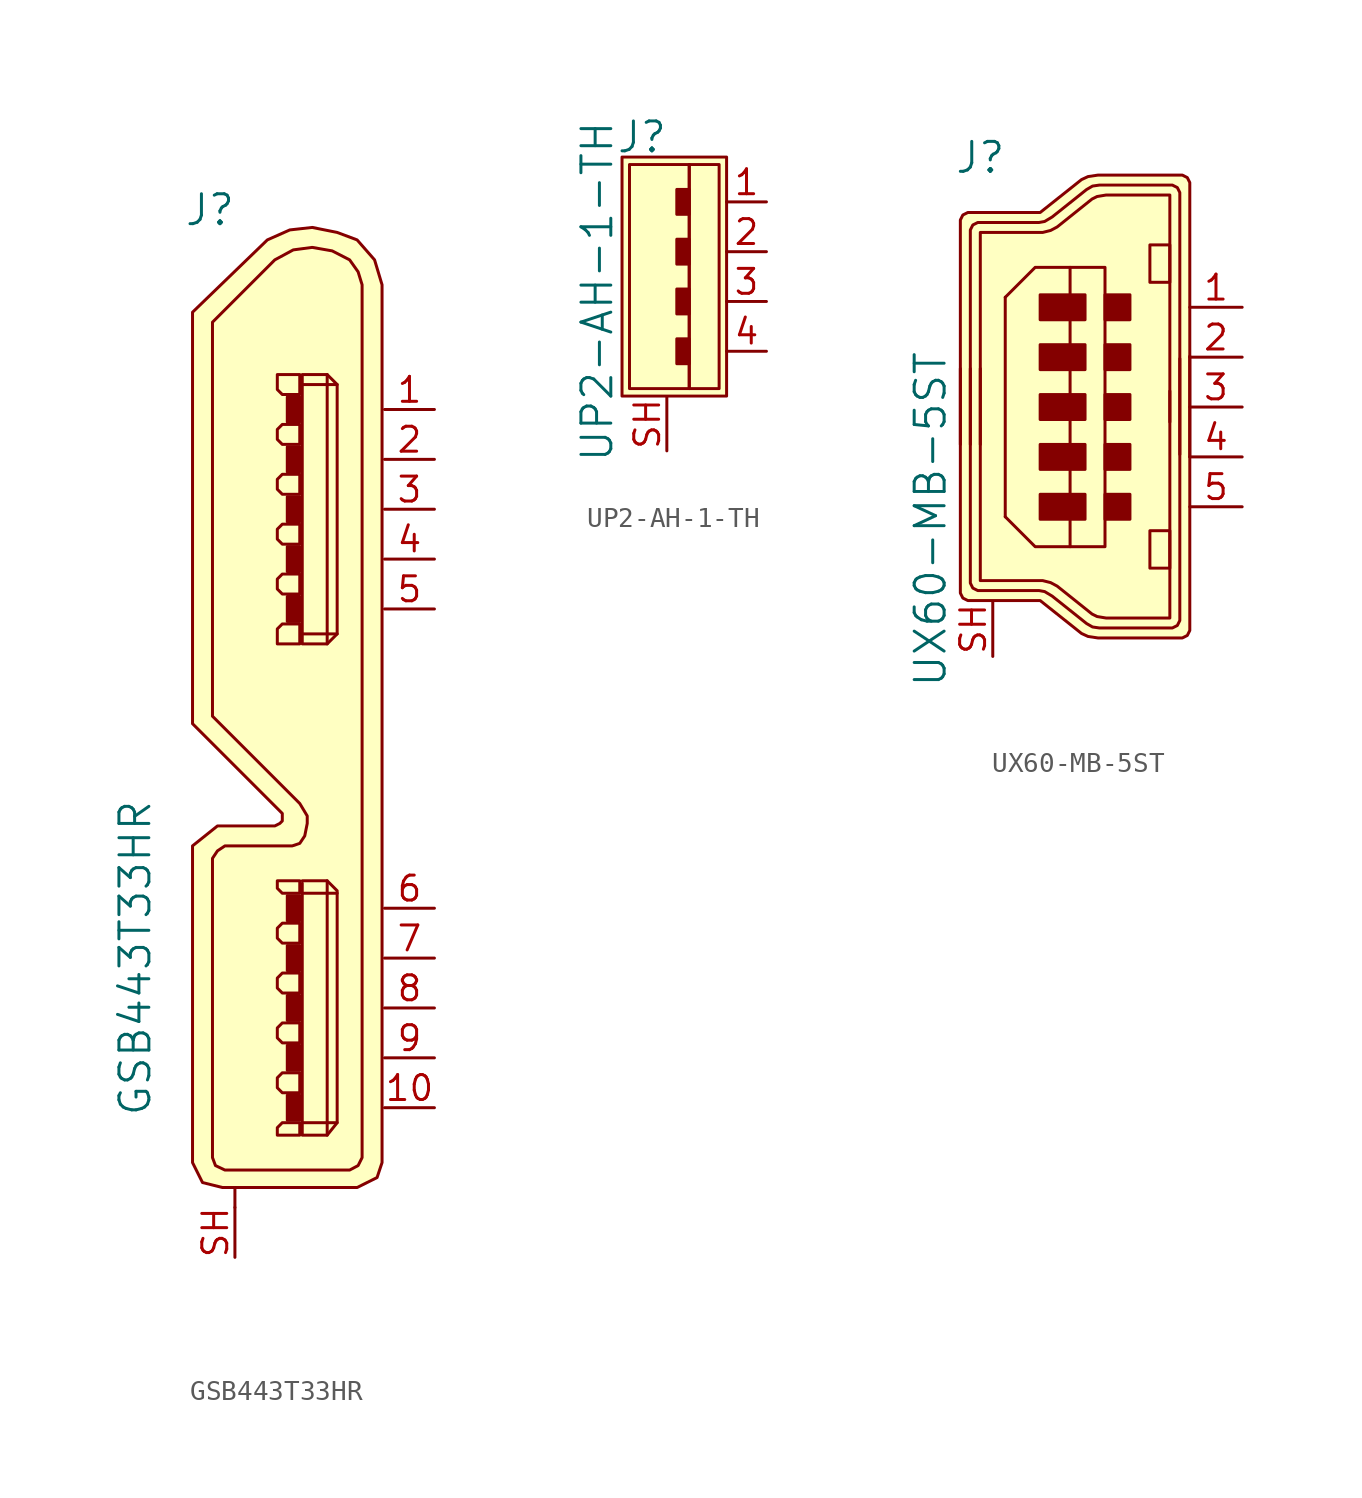
<source format=kicad_sym>
(kicad_symbol_lib
  (version 20201005)
  (generator kicad_symbol_editor)
  (symbol "GSB443T33HR"
    (pin_names
      (offset 1.016))
    (property "Reference" "J"
      (at -6.35 25.4 0)
      (effects (font (size 1.524 1.524))))
    (property "Value" "GSB443T33HR"
      (at -10.16 -12.7 90)
      (effects (font (size 1.524 1.524))))
    (symbol "GSB443T33HR_0_1"
      (rectangle (start -2.413 -20.955) (end -1.778 -19.685) (stroke (width 0)) (fill (type outline)))
      (rectangle (start -2.413 -18.415) (end -1.778 -17.145) (stroke (width 0)) (fill (type outline)))
      (rectangle (start -2.413 -15.875) (end -1.778 -14.605) (stroke (width 0)) (fill (type outline)))
      (rectangle (start -2.413 4.445) (end -1.778 5.715) (stroke (width 0)) (fill (type outline)))
      (rectangle (start -2.413 6.985) (end -1.778 8.255) (stroke (width 0)) (fill (type outline)))
      (rectangle (start -2.413 9.525) (end -1.778 10.795) (stroke (width 0)) (fill (type outline)))
      (rectangle (start -1.778 -13.335) (end -2.413 -12.065) (stroke (width 0)) (fill (type outline)))
      (rectangle (start -1.778 -10.795) (end -2.413 -9.525) (stroke (width 0)) (fill (type outline)))
      (rectangle (start -1.778 12.065) (end -2.413 13.335) (stroke (width 0)) (fill (type outline)))
      (rectangle (start -1.778 14.605) (end -2.413 15.875) (stroke (width 0)) (fill (type outline)))
      (polyline (pts (xy -5.08 -25.4) (xy -5.08 -24.384)) (stroke (width 0)) (fill (type none)))
      (polyline (pts (xy -1.651 -21.082) (xy 0.127 -21.082)) (stroke (width 0)) (fill (type none)))
      (polyline (pts (xy -1.651 3.81) (xy 0.127 3.81)) (stroke (width 0)) (fill (type none)))
      (polyline (pts (xy -0.381 -8.763) (xy -0.381 -21.717)) (stroke (width 0)) (fill (type none)))
      (polyline (pts (xy -0.381 17.018) (xy -0.381 3.302)) (stroke (width 0)) (fill (type none)))
      (polyline (pts (xy 0.127 16.51) (xy -1.651 16.51)) (stroke (width 0)) (fill (type none)))
      (polyline (pts (xy 0.127 -9.398) (xy -0.381 -9.398) (xy -1.651 -9.398)) (stroke (width 0)) (fill (type none)))
      (polyline (pts (xy -1.778 -21.717) (xy -2.667 -21.717) (xy -2.921 -21.717) (xy -2.921 -21.336) (xy -2.667 -21.082) (xy -1.778 -21.082) (xy -1.778 -21.717)) (stroke (width 0)) (fill (type none)))
      (polyline (pts (xy -1.778 -19.558) (xy -2.667 -19.558) (xy -2.921 -19.304) (xy -2.921 -18.796) (xy -2.667 -18.542) (xy -1.778 -18.542) (xy -1.778 -19.558)) (stroke (width 0)) (fill (type none)))
      (polyline (pts (xy -1.778 -17.018) (xy -2.667 -17.018) (xy -2.921 -16.764) (xy -2.921 -16.256) (xy -2.667 -16.002) (xy -1.778 -16.002) (xy -1.778 -17.018)) (stroke (width 0)) (fill (type none)))
      (polyline (pts (xy -1.778 -14.478) (xy -2.667 -14.478) (xy -2.921 -14.224) (xy -2.921 -13.716) (xy -2.667 -13.462) (xy -1.778 -13.462) (xy -1.778 -14.478)) (stroke (width 0)) (fill (type none)))
      (polyline (pts (xy -1.778 -11.938) (xy -2.667 -11.938) (xy -2.921 -11.684) (xy -2.921 -11.176) (xy -2.667 -10.922) (xy -1.778 -10.922) (xy -1.778 -11.938)) (stroke (width 0)) (fill (type none)))
      (polyline (pts (xy -1.778 -9.398) (xy -2.667 -9.398) (xy -2.921 -9.144) (xy -2.921 -8.763) (xy -2.667 -8.763) (xy -1.778 -8.763) (xy -1.778 -9.398)) (stroke (width 0)) (fill (type none)))
      (polyline (pts (xy -1.778 3.302) (xy -2.667 3.302) (xy -2.921 3.302) (xy -2.921 4.064) (xy -2.667 4.318) (xy -1.778 4.318) (xy -1.778 3.302)) (stroke (width 0)) (fill (type none)))
      (polyline (pts (xy -1.778 5.842) (xy -2.667 5.842) (xy -2.921 6.096) (xy -2.921 6.604) (xy -2.667 6.858) (xy -1.778 6.858) (xy -1.778 5.842)) (stroke (width 0)) (fill (type none)))
      (polyline (pts (xy -1.778 8.382) (xy -2.667 8.382) (xy -2.921 8.636) (xy -2.921 9.144) (xy -2.667 9.398) (xy -1.778 9.398) (xy -1.778 8.382)) (stroke (width 0)) (fill (type none)))
      (polyline (pts (xy -1.778 10.922) (xy -2.667 10.922) (xy -2.921 11.176) (xy -2.921 11.684) (xy -2.667 11.938) (xy -1.778 11.938) (xy -1.778 10.922)) (stroke (width 0)) (fill (type none)))
      (polyline (pts (xy -1.778 13.462) (xy -2.667 13.462) (xy -2.921 13.716) (xy -2.921 14.224) (xy -2.667 14.478) (xy -1.778 14.478) (xy -1.778 13.462)) (stroke (width 0)) (fill (type none)))
      (polyline (pts (xy -1.778 16.002) (xy -2.667 16.002) (xy -2.921 16.256) (xy -2.921 17.018) (xy -2.667 17.018) (xy -1.778 17.018) (xy -1.778 16.002)) (stroke (width 0)) (fill (type none)))
      (polyline (pts (xy -1.651 -8.89) (xy -1.651 -21.717) (xy -0.381 -21.717) (xy 0.127 -21.082) (xy 0.127 -9.271) (xy -0.381 -8.763) (xy -1.651 -8.763)) (stroke (width 0)) (fill (type none)))
      (polyline (pts (xy -1.651 17.018) (xy -1.651 3.302) (xy -0.381 3.302) (xy 0.127 3.81) (xy 0.127 16.51) (xy -0.381 17.018) (xy -1.651 17.018)) (stroke (width 0)) (fill (type none)))
      (polyline (pts (xy -5.715 -24.384) (xy 1.143 -24.384) (xy 2.159 -23.876) (xy 2.413 -23.114) (xy 2.413 21.59) (xy 2.032 22.86) (xy 1.143 23.876) (xy 0.127 24.257) (xy -1.143 24.511) (xy -2.286 24.384) (xy -3.429 23.876) (xy -7.239 20.193) (xy -7.239 -0.762) (xy -2.667 -5.334) (xy -2.667 -5.715) (xy -2.794 -5.842) (xy -3.048 -5.969) (xy -3.937 -5.969) (xy -5.969 -5.969) (xy -7.239 -6.985) (xy -7.239 -23.114) (xy -6.731 -24.13) (xy -5.715 -24.384)) (stroke (width 0)) (fill (type background)))
      (polyline (pts (xy -3.048 -23.495) (xy 0.762 -23.495) (xy 1.194 -23.266) (xy 1.397 -22.86) (xy 1.397 21.59) (xy 1.194 22.25) (xy 0.762 22.86) (xy -0.127 23.317) (xy -1.143 23.495) (xy -2.108 23.368) (xy -3.048 22.86) (xy -6.223 19.685) (xy -6.223 15.875) (xy -6.223 1.905) (xy -6.223 -0.381) (xy -1.778 -4.826) (xy -1.397 -5.461) (xy -1.397 -5.842) (xy -1.524 -6.477) (xy -1.778 -6.858) (xy -2.159 -6.985) (xy -2.54 -6.985) (xy -3.048 -6.985) (xy -3.683 -6.985) (xy -5.588 -6.985) (xy -5.969 -7.239) (xy -6.223 -7.62) (xy -6.223 -22.86) (xy -6.071 -23.266) (xy -5.588 -23.495) (xy -3.048 -23.495)) (stroke (width 0)) (fill (type none))))
    (symbol "GSB443T33HR_1_1"
      (pin passive line (at 5.08 15.24 180) (length 2.54) (name "~" (effects (font (size 1.27 1.27)))) (number "1" (effects (font (size 1.27 1.27)))))
      (pin passive line (at 5.08 12.7 180) (length 2.54) (name "~" (effects (font (size 1.27 1.27)))) (number "2" (effects (font (size 1.27 1.27)))))
      (pin passive line (at 5.08 10.16 180) (length 2.54) (name "~" (effects (font (size 1.27 1.27)))) (number "3" (effects (font (size 1.27 1.27)))))
      (pin input line (at 5.08 7.62 180) (length 2.54) (name "~" (effects (font (size 1.27 1.27)))) (number "4" (effects (font (size 1.27 1.27)))))
      (pin passive line (at 5.08 5.08 180) (length 2.54) (name "~" (effects (font (size 1.27 1.27)))) (number "5" (effects (font (size 1.27 1.27)))))
      (pin passive line (at 5.08 -10.16 180) (length 2.54) (name "~" (effects (font (size 1.27 1.27)))) (number "6" (effects (font (size 1.27 1.27)))))
      (pin passive line (at 5.08 -12.7 180) (length 2.54) (name "~" (effects (font (size 1.27 1.27)))) (number "7" (effects (font (size 1.27 1.27)))))
      (pin passive line (at 5.08 -15.24 180) (length 2.54) (name "~" (effects (font (size 1.27 1.27)))) (number "8" (effects (font (size 1.27 1.27)))))
      (pin passive line (at 5.08 -17.78 180) (length 2.54) (name "~" (effects (font (size 1.27 1.27)))) (number "9" (effects (font (size 1.27 1.27)))))
      (pin passive line (at 5.08 -20.32 180) (length 2.54) (name "~" (effects (font (size 1.27 1.27)))) (number "10" (effects (font (size 1.27 1.27)))))
      (pin power_in line (at -5.08 -27.94 90) (length 2.54) (name "~" (effects (font (size 1.27 1.27)))) (number "SH" (effects (font (size 1.27 1.27)))))))
  (symbol "UP2-AH-1-TH"
    (pin_names
      (offset 1.016))
    (property "Reference" "J"
      (at -1.27 8.382 0)
      (effects (font (size 1.524 1.524))))
    (property "Value" "UP2-AH-1-TH"
      (at -3.556 0.508 90)
      (effects (font (size 1.524 1.524))))
    (symbol "UP2-AH-1-TH_0_1"
      (rectangle (start -1.905 6.985) (end 1.143 -4.445) (stroke (width 0)) (fill (type none)))
      (rectangle (start 1.143 -1.905) (end 0.508 -3.175) (stroke (width 0)) (fill (type outline)))
      (rectangle (start 1.143 0.635) (end 0.508 -0.635) (stroke (width 0)) (fill (type outline)))
      (rectangle (start 1.143 3.175) (end 0.508 1.905) (stroke (width 0)) (fill (type outline)))
      (rectangle (start 1.143 4.445) (end 0.508 5.715) (stroke (width 0)) (fill (type outline)))
      (rectangle (start 1.143 6.985) (end 2.667 -4.445) (stroke (width 0)) (fill (type none)))
      (polyline (pts (xy -2.286 7.366) (xy 3.048 7.366) (xy 3.048 -4.826) (xy -2.286 -4.826) (xy -2.286 7.366)) (stroke (width 0)) (fill (type background))))
    (symbol "UP2-AH-1-TH_1_1"
      (pin passive line (at 5.08 5.08 180) (length 2.032) (name "~" (effects (font (size 1.27 1.27)))) (number "1" (effects (font (size 1.27 1.27)))))
      (pin passive line (at 5.08 2.54 180) (length 2.032) (name "~" (effects (font (size 1.27 1.27)))) (number "2" (effects (font (size 1.27 1.27)))))
      (pin passive line (at 5.08 0 180) (length 2.032) (name "~" (effects (font (size 1.27 1.27)))) (number "3" (effects (font (size 1.27 1.27)))))
      (pin passive line (at 5.08 -2.54 180) (length 2.032) (name "~" (effects (font (size 1.27 1.27)))) (number "4" (effects (font (size 1.27 1.27)))))
      (pin passive line (at 0 -7.62 90) (length 2.743) (name "~" (effects (font (size 1.27 1.27)))) (number "SH" (effects (font (size 1.27 1.27)))))))
  (symbol "UX60-MB-5ST"
    (pin_names
      (offset 1.016))
    (property "Reference" "J"
      (at -5.715 12.7 0)
      (effects (font (size 1.524 1.524))))
    (property "Value" "UX60-MB-5ST"
      (at -8.255 -5.715 90)
      (effects (font (size 1.524 1.524))))
    (symbol "UX60-MB-5ST_0_1"
      (rectangle (start -0.381 -5.715) (end -2.667 -4.445) (stroke (width 0)) (fill (type outline)))
      (rectangle (start -0.381 -3.175) (end -2.667 -1.905) (stroke (width 0)) (fill (type outline)))
      (rectangle (start -0.381 -0.635) (end -2.667 0.635) (stroke (width 0)) (fill (type outline)))
      (rectangle (start -0.381 1.905) (end -2.667 3.175) (stroke (width 0)) (fill (type outline)))
      (rectangle (start -0.381 4.445) (end -2.667 5.715) (stroke (width 0)) (fill (type outline)))
      (rectangle (start 0.635 -7.112) (end -1.143 7.112) (stroke (width 0)) (fill (type none)))
      (rectangle (start 1.905 -4.445) (end 0.635 -5.715) (stroke (width 0)) (fill (type outline)))
      (rectangle (start 1.905 -1.905) (end 0.635 -3.175) (stroke (width 0)) (fill (type outline)))
      (rectangle (start 1.905 0.635) (end 0.635 -0.635) (stroke (width 0)) (fill (type outline)))
      (rectangle (start 1.905 3.175) (end 0.635 1.905) (stroke (width 0)) (fill (type outline)))
      (rectangle (start 1.905 5.715) (end 0.635 4.445) (stroke (width 0)) (fill (type outline)))
      (rectangle (start 2.921 -8.204) (end 3.937 -6.299) (stroke (width 0)) (fill (type none)))
      (rectangle (start 2.921 8.255) (end 3.937 6.35) (stroke (width 0)) (fill (type none)))
      (polyline (pts (xy -4.445 5.588) (xy -4.445 -5.588)) (stroke (width 0)) (fill (type none)))
      (polyline (pts (xy -4.445 -5.588) (xy -2.921 -7.112) (xy -1.143 -7.112)) (stroke (width 0)) (fill (type none)))
      (polyline (pts (xy -4.445 5.588) (xy -2.921 7.112) (xy -1.143 7.112)) (stroke (width 0)) (fill (type none)))
      (polyline (pts (xy 3.937 -0.762) (xy 3.937 10.795) (xy 0.686 10.795) (xy 0.229 10.719) (xy -0.025 10.592) (xy -1.803 9.169) (xy -2.134 8.992) (xy -2.54 8.89) (xy -5.715 8.89) (xy -5.715 -1.905)) (stroke (width 0)) (fill (type none)))
      (polyline (pts (xy 3.937 0.813) (xy 3.937 -10.744) (xy 0.686 -10.744) (xy 0.229 -10.668) (xy -0.025 -10.541) (xy -1.803 -9.119) (xy -2.134 -8.941) (xy -2.54 -8.839) (xy -5.715 -8.839) (xy -5.715 1.956)) (stroke (width 0)) (fill (type none)))
      (polyline (pts (xy 4.953 -2.54) (xy 4.953 11.176) (xy 4.953 11.43) (xy 4.826 11.684) (xy 4.572 11.811) (xy 4.318 11.811) (xy 0.279 11.811) (xy -0.229 11.735) (xy -0.559 11.582) (xy -2.667 9.906) (xy -6.096 9.906) (xy -6.35 9.906) (xy -6.604 9.779) (xy -6.731 9.525) (xy -6.731 9.271) (xy -6.731 -1.905)) (stroke (width 0)) (fill (type background)))
      (polyline (pts (xy 4.953 2.591) (xy 4.953 -11.125) (xy 4.953 -11.379) (xy 4.826 -11.633) (xy 4.572 -11.76) (xy 4.318 -11.76) (xy 0.279 -11.76) (xy -0.229 -11.684) (xy -0.559 -11.532) (xy -2.667 -9.855) (xy -6.096 -9.855) (xy -6.35 -9.855) (xy -6.604 -9.728) (xy -6.731 -9.474) (xy -6.731 -9.22) (xy -6.731 1.956)) (stroke (width 0)) (fill (type background)))
      (polyline (pts (xy 4.445 -2.413) (xy 4.445 10.668) (xy 4.445 10.922) (xy 4.318 11.176) (xy 4.064 11.303) (xy 3.81 11.303) (xy 0.356 11.303) (xy 0 11.252) (xy -0.305 11.074) (xy -2.057 9.677) (xy -2.438 9.449) (xy -2.718 9.398) (xy -5.588 9.398) (xy -5.842 9.398) (xy -6.096 9.271) (xy -6.223 9.017) (xy -6.223 8.763) (xy -6.223 -1.905)) (stroke (width 0)) (fill (type none)))
      (polyline (pts (xy 4.445 2.464) (xy 4.445 -10.617) (xy 4.445 -10.871) (xy 4.318 -11.125) (xy 4.064 -11.252) (xy 3.81 -11.252) (xy 0.356 -11.252) (xy 0 -11.201) (xy -0.305 -11.024) (xy -2.057 -9.627) (xy -2.438 -9.398) (xy -2.718 -9.347) (xy -5.588 -9.347) (xy -5.842 -9.347) (xy -6.096 -9.22) (xy -6.223 -8.966) (xy -6.223 -8.712) (xy -6.223 1.956)) (stroke (width 0)) (fill (type none))))
    (symbol "UX60-MB-5ST_1_1"
      (pin passive line (at 7.62 5.08 180) (length 2.667) (name "~" (effects (font (size 1.27 1.27)))) (number "1" (effects (font (size 1.27 1.27)))))
      (pin passive line (at 7.62 2.54 180) (length 2.667) (name "~" (effects (font (size 1.27 1.27)))) (number "2" (effects (font (size 1.27 1.27)))))
      (pin passive line (at 7.62 0 180) (length 2.667) (name "~" (effects (font (size 1.27 1.27)))) (number "3" (effects (font (size 1.27 1.27)))))
      (pin passive line (at 7.62 -2.54 180) (length 2.667) (name "~" (effects (font (size 1.27 1.27)))) (number "4" (effects (font (size 1.27 1.27)))))
      (pin passive line (at 7.62 -5.08 180) (length 2.667) (name "~" (effects (font (size 1.27 1.27)))) (number "5" (effects (font (size 1.27 1.27)))))
      (pin passive line (at -5.08 -12.7 90) (length 2.794) (name "~" (effects (font (size 1.27 1.27)))) (number "SH" (effects (font (size 1.27 1.27))))))))
</source>
